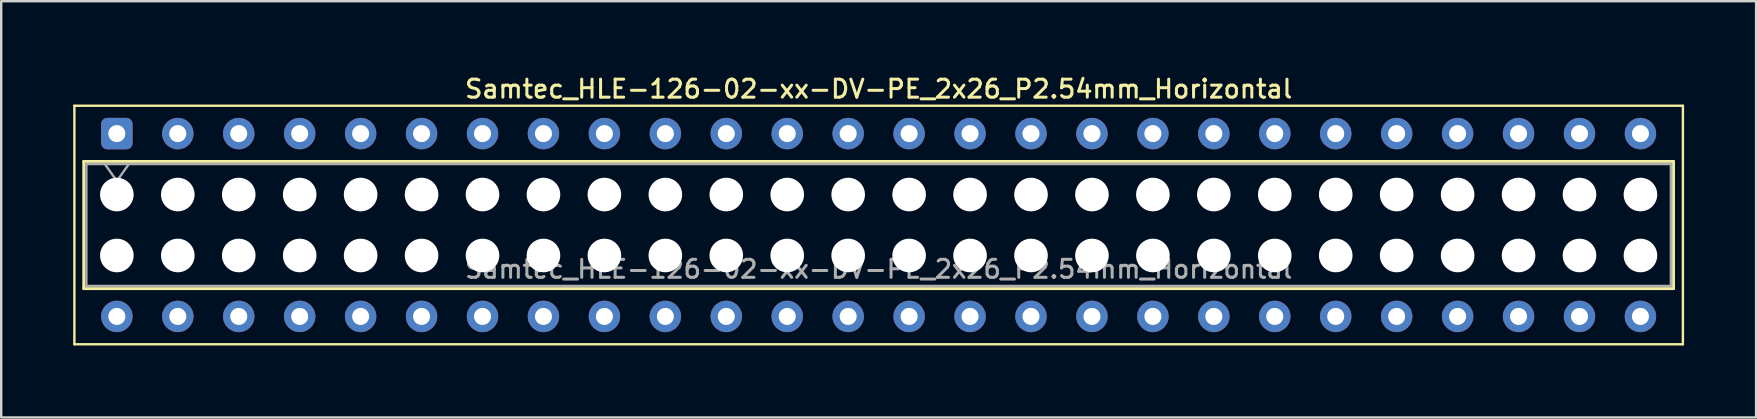
<source format=kicad_pcb>
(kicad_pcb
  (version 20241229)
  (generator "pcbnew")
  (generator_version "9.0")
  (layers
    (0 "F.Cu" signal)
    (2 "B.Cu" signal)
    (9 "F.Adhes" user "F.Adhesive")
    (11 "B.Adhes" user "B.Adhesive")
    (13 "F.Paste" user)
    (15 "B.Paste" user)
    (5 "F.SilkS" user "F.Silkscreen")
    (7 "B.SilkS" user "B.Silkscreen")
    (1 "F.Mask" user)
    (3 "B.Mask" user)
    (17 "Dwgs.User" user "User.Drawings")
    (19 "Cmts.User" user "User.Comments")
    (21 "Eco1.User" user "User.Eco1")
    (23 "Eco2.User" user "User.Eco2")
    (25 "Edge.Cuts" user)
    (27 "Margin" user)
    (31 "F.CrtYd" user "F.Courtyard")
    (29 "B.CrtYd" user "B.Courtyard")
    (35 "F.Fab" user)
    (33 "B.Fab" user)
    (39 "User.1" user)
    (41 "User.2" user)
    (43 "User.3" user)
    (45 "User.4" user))
  (footprint "Samtec_HLE-126-02-xx-DV-PE_2x26_P2.54mm_Horizontal"
    (layer "F.Cu")
    (at 1.82 2.518)
    (property "Reference" "Samtec_HLE-126-02-xx-DV-PE_2x26_P2.54mm_Horizontal" (at 31.75 -1.86 0) (layer "F.SilkS") (effects (font (size 0.75 0.75) (thickness 0.125))))
    (attr through_hole)
    (fp_line (start -1.77 -1.16) (end 65.27 -1.16) (stroke (width 0.1) (type solid)) (layer "F.SilkS"))
    (fp_line (start -1.77 8.78) (end -1.77 -1.16) (stroke (width 0.1) (type solid)) (layer "F.SilkS"))
    (fp_line (start -1.38 1.16) (end 64.88 1.16) (stroke (width 0.12) (type solid)) (layer "F.SilkS"))
    (fp_line (start -1.38 6.46) (end -1.38 1.16) (stroke (width 0.12) (type solid)) (layer "F.SilkS"))
    (fp_line (start 64.88 1.16) (end 64.88 6.46) (stroke (width 0.12) (type solid)) (layer "F.SilkS"))
    (fp_line (start 64.88 6.46) (end -1.38 6.46) (stroke (width 0.12) (type solid)) (layer "F.SilkS"))
    (fp_line (start 65.27 -1.16) (end 65.27 8.78) (stroke (width 0.1) (type solid)) (layer "F.SilkS"))
    (fp_line (start 65.27 8.78) (end -1.77 8.78) (stroke (width 0.1) (type solid)) (layer "F.SilkS"))
    (fp_line (start -1.27 1.27) (end 64.77 1.27) (stroke (width 0.1) (type solid)) (layer "F.Fab"))
    (fp_line (start -1.27 6.35) (end -1.27 1.27) (stroke (width 0.1) (type solid)) (layer "F.Fab"))
    (fp_line (start -0.5 1.27) (end 0 1.977) (stroke (width 0.1) (type solid)) (layer "F.Fab"))
    (fp_line (start 0 1.977) (end 0.5 1.27) (stroke (width 0.1) (type solid)) (layer "F.Fab"))
    (fp_line (start 64.77 1.27) (end 64.77 6.35) (stroke (width 0.1) (type solid)) (layer "F.Fab"))
    (fp_line (start 64.77 6.35) (end -1.27 6.35) (stroke (width 0.1) (type solid)) (layer "F.Fab"))
    (fp_text user "${REFERENCE}" (at 31.75 5.65 0) (layer "F.Fab") (effects (font (size 0.75 0.75) (thickness 0.125))))
    (pad "" np_thru_hole circle (at 0 2.54) (size 1.4 1.4) (drill 1.4) (layers "*.Cu" "*.Mask"))
    (pad "" np_thru_hole circle (at 0 5.08) (size 1.4 1.4) (drill 1.4) (layers "*.Cu" "*.Mask"))
    (pad "" np_thru_hole circle (at 2.54 2.54) (size 1.4 1.4) (drill 1.4) (layers "*.Cu" "*.Mask"))
    (pad "" np_thru_hole circle (at 2.54 5.08) (size 1.4 1.4) (drill 1.4) (layers "*.Cu" "*.Mask"))
    (pad "" np_thru_hole circle (at 5.08 2.54) (size 1.4 1.4) (drill 1.4) (layers "*.Cu" "*.Mask"))
    (pad "" np_thru_hole circle (at 5.08 5.08) (size 1.4 1.4) (drill 1.4) (layers "*.Cu" "*.Mask"))
    (pad "" np_thru_hole circle (at 7.62 2.54) (size 1.4 1.4) (drill 1.4) (layers "*.Cu" "*.Mask"))
    (pad "" np_thru_hole circle (at 7.62 5.08) (size 1.4 1.4) (drill 1.4) (layers "*.Cu" "*.Mask"))
    (pad "" np_thru_hole circle (at 10.16 2.54) (size 1.4 1.4) (drill 1.4) (layers "*.Cu" "*.Mask"))
    (pad "" np_thru_hole circle (at 10.16 5.08) (size 1.4 1.4) (drill 1.4) (layers "*.Cu" "*.Mask"))
    (pad "" np_thru_hole circle (at 12.7 2.54) (size 1.4 1.4) (drill 1.4) (layers "*.Cu" "*.Mask"))
    (pad "" np_thru_hole circle (at 12.7 5.08) (size 1.4 1.4) (drill 1.4) (layers "*.Cu" "*.Mask"))
    (pad "" np_thru_hole circle (at 15.24 2.54) (size 1.4 1.4) (drill 1.4) (layers "*.Cu" "*.Mask"))
    (pad "" np_thru_hole circle (at 15.24 5.08) (size 1.4 1.4) (drill 1.4) (layers "*.Cu" "*.Mask"))
    (pad "" np_thru_hole circle (at 17.78 2.54) (size 1.4 1.4) (drill 1.4) (layers "*.Cu" "*.Mask"))
    (pad "" np_thru_hole circle (at 17.78 5.08) (size 1.4 1.4) (drill 1.4) (layers "*.Cu" "*.Mask"))
    (pad "" np_thru_hole circle (at 20.32 2.54) (size 1.4 1.4) (drill 1.4) (layers "*.Cu" "*.Mask"))
    (pad "" np_thru_hole circle (at 20.32 5.08) (size 1.4 1.4) (drill 1.4) (layers "*.Cu" "*.Mask"))
    (pad "" np_thru_hole circle (at 22.86 2.54) (size 1.4 1.4) (drill 1.4) (layers "*.Cu" "*.Mask"))
    (pad "" np_thru_hole circle (at 22.86 5.08) (size 1.4 1.4) (drill 1.4) (layers "*.Cu" "*.Mask"))
    (pad "" np_thru_hole circle (at 25.4 2.54) (size 1.4 1.4) (drill 1.4) (layers "*.Cu" "*.Mask"))
    (pad "" np_thru_hole circle (at 25.4 5.08) (size 1.4 1.4) (drill 1.4) (layers "*.Cu" "*.Mask"))
    (pad "" np_thru_hole circle (at 27.94 2.54) (size 1.4 1.4) (drill 1.4) (layers "*.Cu" "*.Mask"))
    (pad "" np_thru_hole circle (at 27.94 5.08) (size 1.4 1.4) (drill 1.4) (layers "*.Cu" "*.Mask"))
    (pad "" np_thru_hole circle (at 30.48 2.54) (size 1.4 1.4) (drill 1.4) (layers "*.Cu" "*.Mask"))
    (pad "" np_thru_hole circle (at 30.48 5.08) (size 1.4 1.4) (drill 1.4) (layers "*.Cu" "*.Mask"))
    (pad "" np_thru_hole circle (at 33.02 2.54) (size 1.4 1.4) (drill 1.4) (layers "*.Cu" "*.Mask"))
    (pad "" np_thru_hole circle (at 33.02 5.08) (size 1.4 1.4) (drill 1.4) (layers "*.Cu" "*.Mask"))
    (pad "" np_thru_hole circle (at 35.56 2.54) (size 1.4 1.4) (drill 1.4) (layers "*.Cu" "*.Mask"))
    (pad "" np_thru_hole circle (at 35.56 5.08) (size 1.4 1.4) (drill 1.4) (layers "*.Cu" "*.Mask"))
    (pad "" np_thru_hole circle (at 38.1 2.54) (size 1.4 1.4) (drill 1.4) (layers "*.Cu" "*.Mask"))
    (pad "" np_thru_hole circle (at 38.1 5.08) (size 1.4 1.4) (drill 1.4) (layers "*.Cu" "*.Mask"))
    (pad "" np_thru_hole circle (at 40.64 2.54) (size 1.4 1.4) (drill 1.4) (layers "*.Cu" "*.Mask"))
    (pad "" np_thru_hole circle (at 40.64 5.08) (size 1.4 1.4) (drill 1.4) (layers "*.Cu" "*.Mask"))
    (pad "" np_thru_hole circle (at 43.18 2.54) (size 1.4 1.4) (drill 1.4) (layers "*.Cu" "*.Mask"))
    (pad "" np_thru_hole circle (at 43.18 5.08) (size 1.4 1.4) (drill 1.4) (layers "*.Cu" "*.Mask"))
    (pad "" np_thru_hole circle (at 45.72 2.54) (size 1.4 1.4) (drill 1.4) (layers "*.Cu" "*.Mask"))
    (pad "" np_thru_hole circle (at 45.72 5.08) (size 1.4 1.4) (drill 1.4) (layers "*.Cu" "*.Mask"))
    (pad "" np_thru_hole circle (at 48.26 2.54) (size 1.4 1.4) (drill 1.4) (layers "*.Cu" "*.Mask"))
    (pad "" np_thru_hole circle (at 48.26 5.08) (size 1.4 1.4) (drill 1.4) (layers "*.Cu" "*.Mask"))
    (pad "" np_thru_hole circle (at 50.8 2.54) (size 1.4 1.4) (drill 1.4) (layers "*.Cu" "*.Mask"))
    (pad "" np_thru_hole circle (at 50.8 5.08) (size 1.4 1.4) (drill 1.4) (layers "*.Cu" "*.Mask"))
    (pad "" np_thru_hole circle (at 53.34 2.54) (size 1.4 1.4) (drill 1.4) (layers "*.Cu" "*.Mask"))
    (pad "" np_thru_hole circle (at 53.34 5.08) (size 1.4 1.4) (drill 1.4) (layers "*.Cu" "*.Mask"))
    (pad "" np_thru_hole circle (at 55.88 2.54) (size 1.4 1.4) (drill 1.4) (layers "*.Cu" "*.Mask"))
    (pad "" np_thru_hole circle (at 55.88 5.08) (size 1.4 1.4) (drill 1.4) (layers "*.Cu" "*.Mask"))
    (pad "" np_thru_hole circle (at 58.42 2.54) (size 1.4 1.4) (drill 1.4) (layers "*.Cu" "*.Mask"))
    (pad "" np_thru_hole circle (at 58.42 5.08) (size 1.4 1.4) (drill 1.4) (layers "*.Cu" "*.Mask"))
    (pad "" np_thru_hole circle (at 60.96 2.54) (size 1.4 1.4) (drill 1.4) (layers "*.Cu" "*.Mask"))
    (pad "" np_thru_hole circle (at 60.96 5.08) (size 1.4 1.4) (drill 1.4) (layers "*.Cu" "*.Mask"))
    (pad "" np_thru_hole circle (at 63.5 2.54) (size 1.4 1.4) (drill 1.4) (layers "*.Cu" "*.Mask"))
    (pad "" np_thru_hole circle (at 63.5 5.08) (size 1.4 1.4) (drill 1.4) (layers "*.Cu" "*.Mask"))
    (pad "1" thru_hole roundrect (at 0 0) (size 1.31 1.31) (drill 0.71) (layers "*.Cu" "*.Mask") (roundrect_rratio 0.191))
    (pad "2" thru_hole circle (at 0 7.62) (size 1.31 1.31) (drill 0.71) (layers "*.Cu" "*.Mask"))
    (pad "3" thru_hole circle (at 2.54 0) (size 1.31 1.31) (drill 0.71) (layers "*.Cu" "*.Mask"))
    (pad "4" thru_hole circle (at 2.54 7.62) (size 1.31 1.31) (drill 0.71) (layers "*.Cu" "*.Mask"))
    (pad "5" thru_hole circle (at 5.08 0) (size 1.31 1.31) (drill 0.71) (layers "*.Cu" "*.Mask"))
    (pad "6" thru_hole circle (at 5.08 7.62) (size 1.31 1.31) (drill 0.71) (layers "*.Cu" "*.Mask"))
    (pad "7" thru_hole circle (at 7.62 0) (size 1.31 1.31) (drill 0.71) (layers "*.Cu" "*.Mask"))
    (pad "8" thru_hole circle (at 7.62 7.62) (size 1.31 1.31) (drill 0.71) (layers "*.Cu" "*.Mask"))
    (pad "9" thru_hole circle (at 10.16 0) (size 1.31 1.31) (drill 0.71) (layers "*.Cu" "*.Mask"))
    (pad "10" thru_hole circle (at 10.16 7.62) (size 1.31 1.31) (drill 0.71) (layers "*.Cu" "*.Mask"))
    (pad "11" thru_hole circle (at 12.7 0) (size 1.31 1.31) (drill 0.71) (layers "*.Cu" "*.Mask"))
    (pad "12" thru_hole circle (at 12.7 7.62) (size 1.31 1.31) (drill 0.71) (layers "*.Cu" "*.Mask"))
    (pad "13" thru_hole circle (at 15.24 0) (size 1.31 1.31) (drill 0.71) (layers "*.Cu" "*.Mask"))
    (pad "14" thru_hole circle (at 15.24 7.62) (size 1.31 1.31) (drill 0.71) (layers "*.Cu" "*.Mask"))
    (pad "15" thru_hole circle (at 17.78 0) (size 1.31 1.31) (drill 0.71) (layers "*.Cu" "*.Mask"))
    (pad "16" thru_hole circle (at 17.78 7.62) (size 1.31 1.31) (drill 0.71) (layers "*.Cu" "*.Mask"))
    (pad "17" thru_hole circle (at 20.32 0) (size 1.31 1.31) (drill 0.71) (layers "*.Cu" "*.Mask"))
    (pad "18" thru_hole circle (at 20.32 7.62) (size 1.31 1.31) (drill 0.71) (layers "*.Cu" "*.Mask"))
    (pad "19" thru_hole circle (at 22.86 0) (size 1.31 1.31) (drill 0.71) (layers "*.Cu" "*.Mask"))
    (pad "20" thru_hole circle (at 22.86 7.62) (size 1.31 1.31) (drill 0.71) (layers "*.Cu" "*.Mask"))
    (pad "21" thru_hole circle (at 25.4 0) (size 1.31 1.31) (drill 0.71) (layers "*.Cu" "*.Mask"))
    (pad "22" thru_hole circle (at 25.4 7.62) (size 1.31 1.31) (drill 0.71) (layers "*.Cu" "*.Mask"))
    (pad "23" thru_hole circle (at 27.94 0) (size 1.31 1.31) (drill 0.71) (layers "*.Cu" "*.Mask"))
    (pad "24" thru_hole circle (at 27.94 7.62) (size 1.31 1.31) (drill 0.71) (layers "*.Cu" "*.Mask"))
    (pad "25" thru_hole circle (at 30.48 0) (size 1.31 1.31) (drill 0.71) (layers "*.Cu" "*.Mask"))
    (pad "26" thru_hole circle (at 30.48 7.62) (size 1.31 1.31) (drill 0.71) (layers "*.Cu" "*.Mask"))
    (pad "27" thru_hole circle (at 33.02 0) (size 1.31 1.31) (drill 0.71) (layers "*.Cu" "*.Mask"))
    (pad "28" thru_hole circle (at 33.02 7.62) (size 1.31 1.31) (drill 0.71) (layers "*.Cu" "*.Mask"))
    (pad "29" thru_hole circle (at 35.56 0) (size 1.31 1.31) (drill 0.71) (layers "*.Cu" "*.Mask"))
    (pad "30" thru_hole circle (at 35.56 7.62) (size 1.31 1.31) (drill 0.71) (layers "*.Cu" "*.Mask"))
    (pad "31" thru_hole circle (at 38.1 0) (size 1.31 1.31) (drill 0.71) (layers "*.Cu" "*.Mask"))
    (pad "32" thru_hole circle (at 38.1 7.62) (size 1.31 1.31) (drill 0.71) (layers "*.Cu" "*.Mask"))
    (pad "33" thru_hole circle (at 40.64 0) (size 1.31 1.31) (drill 0.71) (layers "*.Cu" "*.Mask"))
    (pad "34" thru_hole circle (at 40.64 7.62) (size 1.31 1.31) (drill 0.71) (layers "*.Cu" "*.Mask"))
    (pad "35" thru_hole circle (at 43.18 0) (size 1.31 1.31) (drill 0.71) (layers "*.Cu" "*.Mask"))
    (pad "36" thru_hole circle (at 43.18 7.62) (size 1.31 1.31) (drill 0.71) (layers "*.Cu" "*.Mask"))
    (pad "37" thru_hole circle (at 45.72 0) (size 1.31 1.31) (drill 0.71) (layers "*.Cu" "*.Mask"))
    (pad "38" thru_hole circle (at 45.72 7.62) (size 1.31 1.31) (drill 0.71) (layers "*.Cu" "*.Mask"))
    (pad "39" thru_hole circle (at 48.26 0) (size 1.31 1.31) (drill 0.71) (layers "*.Cu" "*.Mask"))
    (pad "40" thru_hole circle (at 48.26 7.62) (size 1.31 1.31) (drill 0.71) (layers "*.Cu" "*.Mask"))
    (pad "41" thru_hole circle (at 50.8 0) (size 1.31 1.31) (drill 0.71) (layers "*.Cu" "*.Mask"))
    (pad "42" thru_hole circle (at 50.8 7.62) (size 1.31 1.31) (drill 0.71) (layers "*.Cu" "*.Mask"))
    (pad "43" thru_hole circle (at 53.34 0) (size 1.31 1.31) (drill 0.71) (layers "*.Cu" "*.Mask"))
    (pad "44" thru_hole circle (at 53.34 7.62) (size 1.31 1.31) (drill 0.71) (layers "*.Cu" "*.Mask"))
    (pad "45" thru_hole circle (at 55.88 0) (size 1.31 1.31) (drill 0.71) (layers "*.Cu" "*.Mask"))
    (pad "46" thru_hole circle (at 55.88 7.62) (size 1.31 1.31) (drill 0.71) (layers "*.Cu" "*.Mask"))
    (pad "47" thru_hole circle (at 58.42 0) (size 1.31 1.31) (drill 0.71) (layers "*.Cu" "*.Mask"))
    (pad "48" thru_hole circle (at 58.42 7.62) (size 1.31 1.31) (drill 0.71) (layers "*.Cu" "*.Mask"))
    (pad "49" thru_hole circle (at 60.96 0) (size 1.31 1.31) (drill 0.71) (layers "*.Cu" "*.Mask"))
    (pad "50" thru_hole circle (at 60.96 7.62) (size 1.31 1.31) (drill 0.71) (layers "*.Cu" "*.Mask"))
    (pad "51" thru_hole circle (at 63.5 0) (size 1.31 1.31) (drill 0.71) (layers "*.Cu" "*.Mask"))
    (pad "52" thru_hole circle (at 63.5 7.62) (size 1.31 1.31) (drill 0.71) (layers "*.Cu" "*.Mask")))
  (gr_rect
    (start -3 -3)
    (end 70.14 14.348)
    (stroke (width 0.1) (type default))
    (fill no)
    (layer "Edge.Cuts")))
</source>
